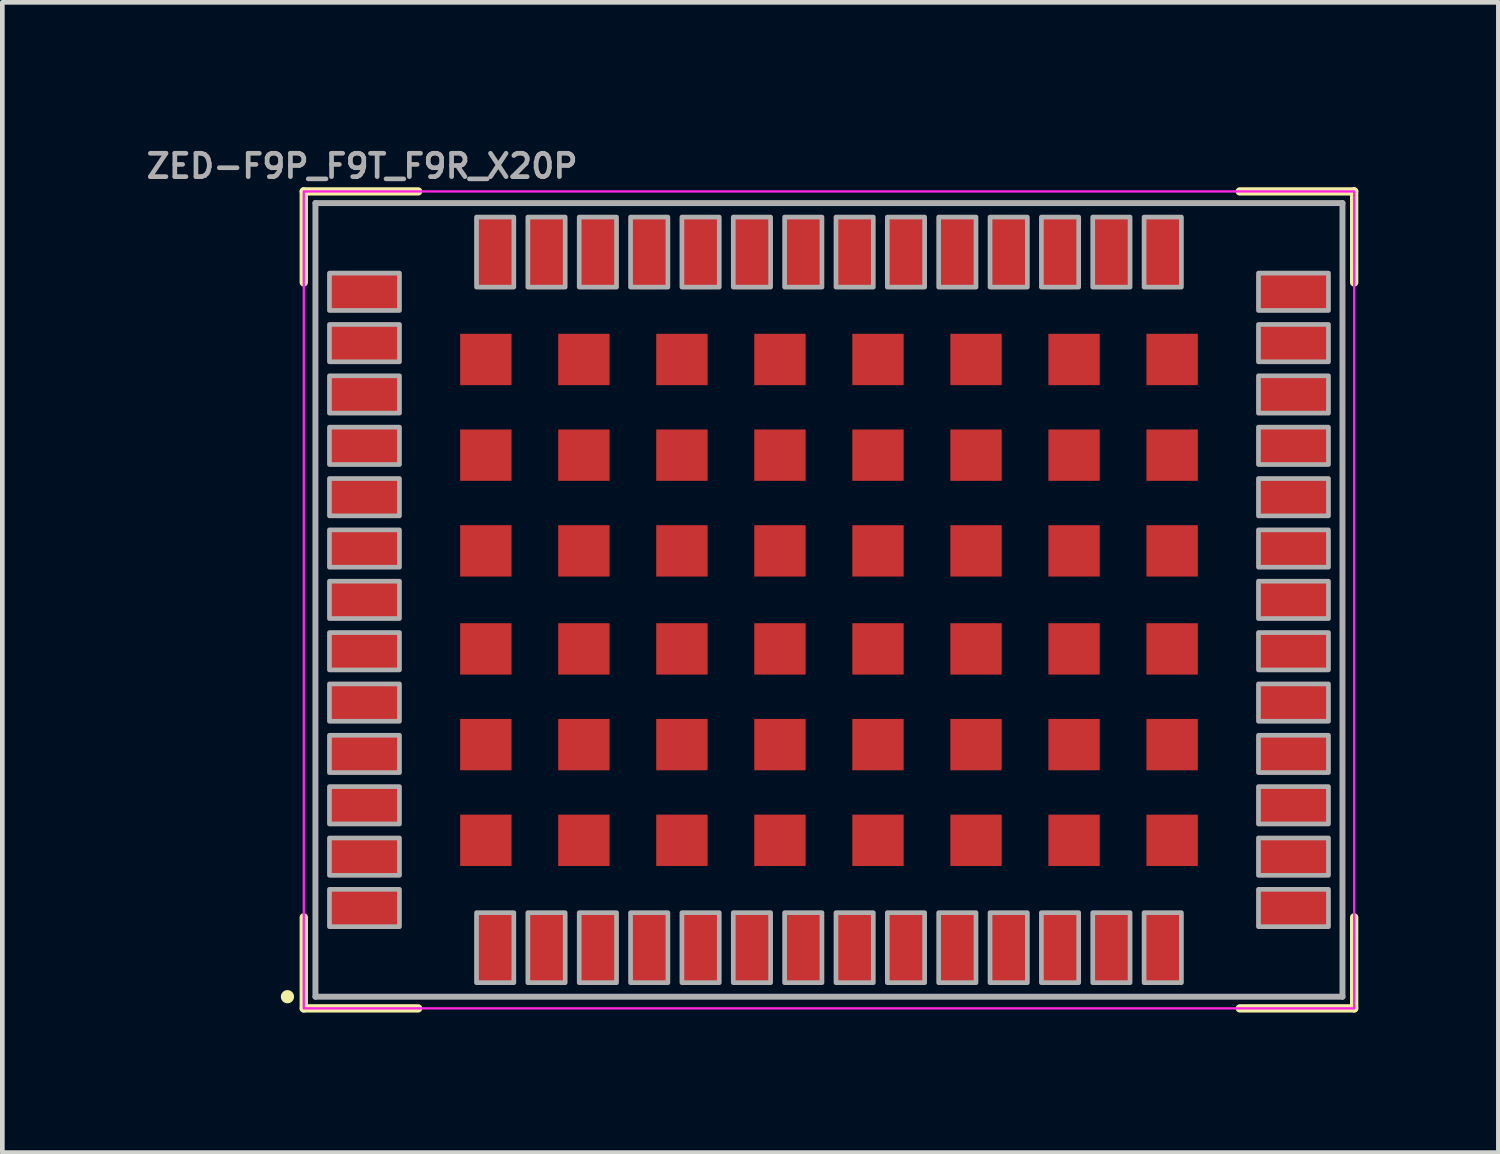
<source format=kicad_pcb>
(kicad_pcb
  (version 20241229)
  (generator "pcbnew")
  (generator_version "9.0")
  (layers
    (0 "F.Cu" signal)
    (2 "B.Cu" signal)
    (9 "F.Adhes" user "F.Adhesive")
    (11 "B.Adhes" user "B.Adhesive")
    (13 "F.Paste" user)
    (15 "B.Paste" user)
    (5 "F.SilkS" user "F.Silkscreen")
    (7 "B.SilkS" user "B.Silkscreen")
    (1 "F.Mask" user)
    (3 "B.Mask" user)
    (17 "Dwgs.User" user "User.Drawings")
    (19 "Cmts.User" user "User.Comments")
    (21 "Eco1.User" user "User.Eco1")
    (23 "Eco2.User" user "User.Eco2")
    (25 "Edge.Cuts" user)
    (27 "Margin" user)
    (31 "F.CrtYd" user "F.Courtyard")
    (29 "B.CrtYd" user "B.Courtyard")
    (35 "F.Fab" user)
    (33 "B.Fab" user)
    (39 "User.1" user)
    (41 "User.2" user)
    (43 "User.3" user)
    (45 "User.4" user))
  (footprint "ZED-F9P_F9T_F9R_X20P"
    (layer "F.Cu")
    (at 14.707 9.8)
    (property "Reference" "ZED-F9P_F9T_F9R_X20P" (at -10 -9 0) (layer "F.Fab") (effects (font (size 0.5 0.5) (thickness 0.1) (bold yes)) (justify bottom)))
    (attr smd)
    (fp_line (start -11.25 -8.75) (end -8.8 -8.75) (stroke (width 0.178) (type solid)) (layer "F.SilkS"))
    (fp_line (start -11.25 -6.8) (end -11.25 -8.75) (stroke (width 0.178) (type solid)) (layer "F.SilkS"))
    (fp_line (start -11.25 8.75) (end -11.25 6.8) (stroke (width 0.178) (type solid)) (layer "F.SilkS"))
    (fp_line (start -8.8 8.75) (end -11.25 8.75) (stroke (width 0.178) (type solid)) (layer "F.SilkS"))
    (fp_line (start 8.8 -8.75) (end 11.25 -8.75) (stroke (width 0.178) (type solid)) (layer "F.SilkS"))
    (fp_line (start 11.25 -8.75) (end 11.25 -6.8) (stroke (width 0.178) (type solid)) (layer "F.SilkS"))
    (fp_line (start 11.25 6.8) (end 11.25 8.75) (stroke (width 0.178) (type solid)) (layer "F.SilkS"))
    (fp_line (start 11.25 8.75) (end 8.8 8.75) (stroke (width 0.178) (type solid)) (layer "F.SilkS"))
    (fp_circle (center -11.6 8.5) (end -11.529 8.5) (stroke (width 0.141) (type solid)) (fill yes) (layer "F.SilkS"))
    (fp_poly (pts (xy -7.8 -4.7) (xy -6.9 -4.7) (xy -6.9 -5.6) (xy -7.8 -5.6)) (stroke (width 0) (type default)) (fill yes) (layer "F.Paste"))
    (fp_poly (pts (xy -7.8 -2.65) (xy -6.9 -2.65) (xy -6.9 -3.55) (xy -7.8 -3.55)) (stroke (width 0) (type default)) (fill yes) (layer "F.Paste"))
    (fp_poly (pts (xy -7.8 -0.6) (xy -6.9 -0.6) (xy -6.9 -1.5) (xy -7.8 -1.5)) (stroke (width 0) (type default)) (fill yes) (layer "F.Paste"))
    (fp_poly (pts (xy -7.8 1.5) (xy -6.9 1.5) (xy -6.9 0.6) (xy -7.8 0.6)) (stroke (width 0) (type default)) (fill yes) (layer "F.Paste"))
    (fp_poly (pts (xy -7.8 3.55) (xy -6.9 3.55) (xy -6.9 2.65) (xy -7.8 2.65)) (stroke (width 0) (type default)) (fill yes) (layer "F.Paste"))
    (fp_poly (pts (xy -7.8 5.6) (xy -6.9 5.6) (xy -6.9 4.7) (xy -7.8 4.7)) (stroke (width 0) (type default)) (fill yes) (layer "F.Paste"))
    (fp_poly (pts (xy -5.7 -4.7) (xy -4.8 -4.7) (xy -4.8 -5.6) (xy -5.7 -5.6)) (stroke (width 0) (type default)) (fill yes) (layer "F.Paste"))
    (fp_poly (pts (xy -5.7 -2.65) (xy -4.8 -2.65) (xy -4.8 -3.55) (xy -5.7 -3.55)) (stroke (width 0) (type default)) (fill yes) (layer "F.Paste"))
    (fp_poly (pts (xy -5.7 -0.6) (xy -4.8 -0.6) (xy -4.8 -1.5) (xy -5.7 -1.5)) (stroke (width 0) (type default)) (fill yes) (layer "F.Paste"))
    (fp_poly (pts (xy -5.7 1.5) (xy -4.8 1.5) (xy -4.8 0.6) (xy -5.7 0.6)) (stroke (width 0) (type default)) (fill yes) (layer "F.Paste"))
    (fp_poly (pts (xy -5.7 3.55) (xy -4.8 3.55) (xy -4.8 2.65) (xy -5.7 2.65)) (stroke (width 0) (type default)) (fill yes) (layer "F.Paste"))
    (fp_poly (pts (xy -5.7 5.6) (xy -4.8 5.6) (xy -4.8 4.7) (xy -5.7 4.7)) (stroke (width 0) (type default)) (fill yes) (layer "F.Paste"))
    (fp_poly (pts (xy -3.6 -4.7) (xy -2.7 -4.7) (xy -2.7 -5.6) (xy -3.6 -5.6)) (stroke (width 0) (type default)) (fill yes) (layer "F.Paste"))
    (fp_poly (pts (xy -3.6 -2.65) (xy -2.7 -2.65) (xy -2.7 -3.55) (xy -3.6 -3.55)) (stroke (width 0) (type default)) (fill yes) (layer "F.Paste"))
    (fp_poly (pts (xy -3.6 -0.6) (xy -2.7 -0.6) (xy -2.7 -1.5) (xy -3.6 -1.5)) (stroke (width 0) (type default)) (fill yes) (layer "F.Paste"))
    (fp_poly (pts (xy -3.6 1.5) (xy -2.7 1.5) (xy -2.7 0.6) (xy -3.6 0.6)) (stroke (width 0) (type default)) (fill yes) (layer "F.Paste"))
    (fp_poly (pts (xy -3.6 3.55) (xy -2.7 3.55) (xy -2.7 2.65) (xy -3.6 2.65)) (stroke (width 0) (type default)) (fill yes) (layer "F.Paste"))
    (fp_poly (pts (xy -3.6 5.6) (xy -2.7 5.6) (xy -2.7 4.7) (xy -3.6 4.7)) (stroke (width 0) (type default)) (fill yes) (layer "F.Paste"))
    (fp_poly (pts (xy -1.5 -4.7) (xy -0.6 -4.7) (xy -0.6 -5.6) (xy -1.5 -5.6)) (stroke (width 0) (type default)) (fill yes) (layer "F.Paste"))
    (fp_poly (pts (xy -1.5 -2.65) (xy -0.6 -2.65) (xy -0.6 -3.55) (xy -1.5 -3.55)) (stroke (width 0) (type default)) (fill yes) (layer "F.Paste"))
    (fp_poly (pts (xy -1.5 -0.6) (xy -0.6 -0.6) (xy -0.6 -1.5) (xy -1.5 -1.5)) (stroke (width 0) (type default)) (fill yes) (layer "F.Paste"))
    (fp_poly (pts (xy -1.5 1.5) (xy -0.6 1.5) (xy -0.6 0.6) (xy -1.5 0.6)) (stroke (width 0) (type default)) (fill yes) (layer "F.Paste"))
    (fp_poly (pts (xy -1.5 3.55) (xy -0.6 3.55) (xy -0.6 2.65) (xy -1.5 2.65)) (stroke (width 0) (type default)) (fill yes) (layer "F.Paste"))
    (fp_poly (pts (xy -1.5 5.6) (xy -0.6 5.6) (xy -0.6 4.7) (xy -1.5 4.7)) (stroke (width 0) (type default)) (fill yes) (layer "F.Paste"))
    (fp_poly (pts (xy 0.6 -4.7) (xy 1.5 -4.7) (xy 1.5 -5.6) (xy 0.6 -5.6)) (stroke (width 0) (type default)) (fill yes) (layer "F.Paste"))
    (fp_poly (pts (xy 0.6 -2.65) (xy 1.5 -2.65) (xy 1.5 -3.55) (xy 0.6 -3.55)) (stroke (width 0) (type default)) (fill yes) (layer "F.Paste"))
    (fp_poly (pts (xy 0.6 -0.6) (xy 1.5 -0.6) (xy 1.5 -1.5) (xy 0.6 -1.5)) (stroke (width 0) (type default)) (fill yes) (layer "F.Paste"))
    (fp_poly (pts (xy 0.6 1.5) (xy 1.5 1.5) (xy 1.5 0.6) (xy 0.6 0.6)) (stroke (width 0) (type default)) (fill yes) (layer "F.Paste"))
    (fp_poly (pts (xy 0.6 3.55) (xy 1.5 3.55) (xy 1.5 2.65) (xy 0.6 2.65)) (stroke (width 0) (type default)) (fill yes) (layer "F.Paste"))
    (fp_poly (pts (xy 0.6 5.6) (xy 1.5 5.6) (xy 1.5 4.7) (xy 0.6 4.7)) (stroke (width 0) (type default)) (fill yes) (layer "F.Paste"))
    (fp_poly (pts (xy 2.7 -4.7) (xy 3.6 -4.7) (xy 3.6 -5.6) (xy 2.7 -5.6)) (stroke (width 0) (type default)) (fill yes) (layer "F.Paste"))
    (fp_poly (pts (xy 2.7 -2.65) (xy 3.6 -2.65) (xy 3.6 -3.55) (xy 2.7 -3.55)) (stroke (width 0) (type default)) (fill yes) (layer "F.Paste"))
    (fp_poly (pts (xy 2.7 -0.6) (xy 3.6 -0.6) (xy 3.6 -1.5) (xy 2.7 -1.5)) (stroke (width 0) (type default)) (fill yes) (layer "F.Paste"))
    (fp_poly (pts (xy 2.7 1.5) (xy 3.6 1.5) (xy 3.6 0.6) (xy 2.7 0.6)) (stroke (width 0) (type default)) (fill yes) (layer "F.Paste"))
    (fp_poly (pts (xy 2.7 3.55) (xy 3.6 3.55) (xy 3.6 2.65) (xy 2.7 2.65)) (stroke (width 0) (type default)) (fill yes) (layer "F.Paste"))
    (fp_poly (pts (xy 2.7 5.6) (xy 3.6 5.6) (xy 3.6 4.7) (xy 2.7 4.7)) (stroke (width 0) (type default)) (fill yes) (layer "F.Paste"))
    (fp_poly (pts (xy 4.8 -4.7) (xy 5.7 -4.7) (xy 5.7 -5.6) (xy 4.8 -5.6)) (stroke (width 0) (type default)) (fill yes) (layer "F.Paste"))
    (fp_poly (pts (xy 4.8 -2.65) (xy 5.7 -2.65) (xy 5.7 -3.55) (xy 4.8 -3.55)) (stroke (width 0) (type default)) (fill yes) (layer "F.Paste"))
    (fp_poly (pts (xy 4.8 -0.6) (xy 5.7 -0.6) (xy 5.7 -1.5) (xy 4.8 -1.5)) (stroke (width 0) (type default)) (fill yes) (layer "F.Paste"))
    (fp_poly (pts (xy 4.8 1.5) (xy 5.7 1.5) (xy 5.7 0.6) (xy 4.8 0.6)) (stroke (width 0) (type default)) (fill yes) (layer "F.Paste"))
    (fp_poly (pts (xy 4.8 3.55) (xy 5.7 3.55) (xy 5.7 2.65) (xy 4.8 2.65)) (stroke (width 0) (type default)) (fill yes) (layer "F.Paste"))
    (fp_poly (pts (xy 4.8 5.6) (xy 5.7 5.6) (xy 5.7 4.7) (xy 4.8 4.7)) (stroke (width 0) (type default)) (fill yes) (layer "F.Paste"))
    (fp_poly (pts (xy 6.9 -4.7) (xy 7.8 -4.7) (xy 7.8 -5.6) (xy 6.9 -5.6)) (stroke (width 0) (type default)) (fill yes) (layer "F.Paste"))
    (fp_poly (pts (xy 6.9 -2.65) (xy 7.8 -2.65) (xy 7.8 -3.55) (xy 6.9 -3.55)) (stroke (width 0) (type default)) (fill yes) (layer "F.Paste"))
    (fp_poly (pts (xy 6.9 -0.6) (xy 7.8 -0.6) (xy 7.8 -1.5) (xy 6.9 -1.5)) (stroke (width 0) (type default)) (fill yes) (layer "F.Paste"))
    (fp_poly (pts (xy 6.9 1.5) (xy 7.8 1.5) (xy 7.8 0.6) (xy 6.9 0.6)) (stroke (width 0) (type default)) (fill yes) (layer "F.Paste"))
    (fp_poly (pts (xy 6.9 3.55) (xy 7.8 3.55) (xy 7.8 2.65) (xy 6.9 2.65)) (stroke (width 0) (type default)) (fill yes) (layer "F.Paste"))
    (fp_poly (pts (xy 6.9 5.6) (xy 7.8 5.6) (xy 7.8 4.7) (xy 6.9 4.7)) (stroke (width 0) (type default)) (fill yes) (layer "F.Paste"))
    (fp_rect (start -11.25 -8.75) (end 11.25 8.75) (stroke (width 0.05) (type default)) (fill no) (layer "F.CrtYd"))
    (fp_line (start -11 -8.5) (end 11 -8.5) (stroke (width 0.127) (type solid)) (layer "F.Fab"))
    (fp_line (start -11 8.5) (end -11 -8.5) (stroke (width 0.127) (type solid)) (layer "F.Fab"))
    (fp_line (start 11 -8.5) (end 11 8.5) (stroke (width 0.127) (type solid)) (layer "F.Fab"))
    (fp_line (start 11 8.5) (end -11 8.5) (stroke (width 0.127) (type solid)) (layer "F.Fab"))
    (fp_poly (pts (xy -10.7 -6.2) (xy -9.2 -6.2) (xy -9.2 -7) (xy -10.7 -7)) (stroke (width 0.1) (type default)) (fill no) (layer "F.Fab"))
    (fp_poly (pts (xy -10.7 -5.1) (xy -9.2 -5.1) (xy -9.2 -5.9) (xy -10.7 -5.9)) (stroke (width 0.1) (type default)) (fill no) (layer "F.Fab"))
    (fp_poly (pts (xy -10.7 -4) (xy -9.2 -4) (xy -9.2 -4.8) (xy -10.7 -4.8)) (stroke (width 0.1) (type default)) (fill no) (layer "F.Fab"))
    (fp_poly (pts (xy -10.7 -2.9) (xy -9.2 -2.9) (xy -9.2 -3.7) (xy -10.7 -3.7)) (stroke (width 0.1) (type default)) (fill no) (layer "F.Fab"))
    (fp_poly (pts (xy -10.7 -1.8) (xy -9.2 -1.8) (xy -9.2 -2.6) (xy -10.7 -2.6)) (stroke (width 0.1) (type default)) (fill no) (layer "F.Fab"))
    (fp_poly (pts (xy -10.7 -0.7) (xy -9.2 -0.7) (xy -9.2 -1.5) (xy -10.7 -1.5)) (stroke (width 0.1) (type default)) (fill no) (layer "F.Fab"))
    (fp_poly (pts (xy -10.7 0.4) (xy -9.2 0.4) (xy -9.2 -0.4) (xy -10.7 -0.4)) (stroke (width 0.1) (type default)) (fill no) (layer "F.Fab"))
    (fp_poly (pts (xy -10.7 1.5) (xy -9.2 1.5) (xy -9.2 0.7) (xy -10.7 0.7)) (stroke (width 0.1) (type default)) (fill no) (layer "F.Fab"))
    (fp_poly (pts (xy -10.7 2.6) (xy -9.2 2.6) (xy -9.2 1.8) (xy -10.7 1.8)) (stroke (width 0.1) (type default)) (fill no) (layer "F.Fab"))
    (fp_poly (pts (xy -10.7 3.7) (xy -9.2 3.7) (xy -9.2 2.9) (xy -10.7 2.9)) (stroke (width 0.1) (type default)) (fill no) (layer "F.Fab"))
    (fp_poly (pts (xy -10.7 4.8) (xy -9.2 4.8) (xy -9.2 4) (xy -10.7 4)) (stroke (width 0.1) (type default)) (fill no) (layer "F.Fab"))
    (fp_poly (pts (xy -10.7 5.9) (xy -9.2 5.9) (xy -9.2 5.1) (xy -10.7 5.1)) (stroke (width 0.1) (type default)) (fill no) (layer "F.Fab"))
    (fp_poly (pts (xy -10.7 7) (xy -9.2 7) (xy -9.2 6.2) (xy -10.7 6.2)) (stroke (width 0.1) (type default)) (fill no) (layer "F.Fab"))
    (fp_poly (pts (xy -7.55 -6.7) (xy -6.75 -6.7) (xy -6.75 -8.2) (xy -7.55 -8.2)) (stroke (width 0.1) (type default)) (fill no) (layer "F.Fab"))
    (fp_poly (pts (xy -7.55 8.2) (xy -6.75 8.2) (xy -6.75 6.7) (xy -7.55 6.7)) (stroke (width 0.1) (type default)) (fill no) (layer "F.Fab"))
    (fp_poly (pts (xy -6.45 -6.7) (xy -5.65 -6.7) (xy -5.65 -8.2) (xy -6.45 -8.2)) (stroke (width 0.1) (type default)) (fill no) (layer "F.Fab"))
    (fp_poly (pts (xy -6.45 8.2) (xy -5.65 8.2) (xy -5.65 6.7) (xy -6.45 6.7)) (stroke (width 0.1) (type default)) (fill no) (layer "F.Fab"))
    (fp_poly (pts (xy -5.35 -6.7) (xy -4.55 -6.7) (xy -4.55 -8.2) (xy -5.35 -8.2)) (stroke (width 0.1) (type default)) (fill no) (layer "F.Fab"))
    (fp_poly (pts (xy -5.35 8.2) (xy -4.55 8.2) (xy -4.55 6.7) (xy -5.35 6.7)) (stroke (width 0.1) (type default)) (fill no) (layer "F.Fab"))
    (fp_poly (pts (xy -4.25 -6.7) (xy -3.45 -6.7) (xy -3.45 -8.2) (xy -4.25 -8.2)) (stroke (width 0.1) (type default)) (fill no) (layer "F.Fab"))
    (fp_poly (pts (xy -4.25 8.2) (xy -3.45 8.2) (xy -3.45 6.7) (xy -4.25 6.7)) (stroke (width 0.1) (type default)) (fill no) (layer "F.Fab"))
    (fp_poly (pts (xy -3.15 -6.7) (xy -2.35 -6.7) (xy -2.35 -8.2) (xy -3.15 -8.2)) (stroke (width 0.1) (type default)) (fill no) (layer "F.Fab"))
    (fp_poly (pts (xy -3.15 8.2) (xy -2.35 8.2) (xy -2.35 6.7) (xy -3.15 6.7)) (stroke (width 0.1) (type default)) (fill no) (layer "F.Fab"))
    (fp_poly (pts (xy -2.05 -6.7) (xy -1.25 -6.7) (xy -1.25 -8.2) (xy -2.05 -8.2)) (stroke (width 0.1) (type default)) (fill no) (layer "F.Fab"))
    (fp_poly (pts (xy -2.05 8.2) (xy -1.25 8.2) (xy -1.25 6.7) (xy -2.05 6.7)) (stroke (width 0.1) (type default)) (fill no) (layer "F.Fab"))
    (fp_poly (pts (xy -0.95 -6.7) (xy -0.15 -6.7) (xy -0.15 -8.2) (xy -0.95 -8.2)) (stroke (width 0.1) (type default)) (fill no) (layer "F.Fab"))
    (fp_poly (pts (xy -0.95 8.2) (xy -0.15 8.2) (xy -0.15 6.7) (xy -0.95 6.7)) (stroke (width 0.1) (type default)) (fill no) (layer "F.Fab"))
    (fp_poly (pts (xy 0.15 -6.7) (xy 0.95 -6.7) (xy 0.95 -8.2) (xy 0.15 -8.2)) (stroke (width 0.1) (type default)) (fill no) (layer "F.Fab"))
    (fp_poly (pts (xy 0.15 8.2) (xy 0.95 8.2) (xy 0.95 6.7) (xy 0.15 6.7)) (stroke (width 0.1) (type default)) (fill no) (layer "F.Fab"))
    (fp_poly (pts (xy 1.25 -6.7) (xy 2.05 -6.7) (xy 2.05 -8.2) (xy 1.25 -8.2)) (stroke (width 0.1) (type default)) (fill no) (layer "F.Fab"))
    (fp_poly (pts (xy 1.25 8.2) (xy 2.05 8.2) (xy 2.05 6.7) (xy 1.25 6.7)) (stroke (width 0.1) (type default)) (fill no) (layer "F.Fab"))
    (fp_poly (pts (xy 2.35 -6.7) (xy 3.15 -6.7) (xy 3.15 -8.2) (xy 2.35 -8.2)) (stroke (width 0.1) (type default)) (fill no) (layer "F.Fab"))
    (fp_poly (pts (xy 2.35 8.2) (xy 3.15 8.2) (xy 3.15 6.7) (xy 2.35 6.7)) (stroke (width 0.1) (type default)) (fill no) (layer "F.Fab"))
    (fp_poly (pts (xy 3.45 -6.7) (xy 4.25 -6.7) (xy 4.25 -8.2) (xy 3.45 -8.2)) (stroke (width 0.1) (type default)) (fill no) (layer "F.Fab"))
    (fp_poly (pts (xy 3.45 8.2) (xy 4.25 8.2) (xy 4.25 6.7) (xy 3.45 6.7)) (stroke (width 0.1) (type default)) (fill no) (layer "F.Fab"))
    (fp_poly (pts (xy 4.55 -6.7) (xy 5.35 -6.7) (xy 5.35 -8.2) (xy 4.55 -8.2)) (stroke (width 0.1) (type default)) (fill no) (layer "F.Fab"))
    (fp_poly (pts (xy 4.55 8.2) (xy 5.35 8.2) (xy 5.35 6.7) (xy 4.55 6.7)) (stroke (width 0.1) (type default)) (fill no) (layer "F.Fab"))
    (fp_poly (pts (xy 5.65 -6.7) (xy 6.45 -6.7) (xy 6.45 -8.2) (xy 5.65 -8.2)) (stroke (width 0.1) (type default)) (fill no) (layer "F.Fab"))
    (fp_poly (pts (xy 5.65 8.2) (xy 6.45 8.2) (xy 6.45 6.7) (xy 5.65 6.7)) (stroke (width 0.1) (type default)) (fill no) (layer "F.Fab"))
    (fp_poly (pts (xy 6.75 -6.7) (xy 7.55 -6.7) (xy 7.55 -8.2) (xy 6.75 -8.2)) (stroke (width 0.1) (type default)) (fill no) (layer "F.Fab"))
    (fp_poly (pts (xy 6.75 8.2) (xy 7.55 8.2) (xy 7.55 6.7) (xy 6.75 6.7)) (stroke (width 0.1) (type default)) (fill no) (layer "F.Fab"))
    (fp_poly (pts (xy 9.2 -6.2) (xy 10.7 -6.2) (xy 10.7 -7) (xy 9.2 -7)) (stroke (width 0.1) (type default)) (fill no) (layer "F.Fab"))
    (fp_poly (pts (xy 9.2 -5.1) (xy 10.7 -5.1) (xy 10.7 -5.9) (xy 9.2 -5.9)) (stroke (width 0.1) (type default)) (fill no) (layer "F.Fab"))
    (fp_poly (pts (xy 9.2 -4) (xy 10.7 -4) (xy 10.7 -4.8) (xy 9.2 -4.8)) (stroke (width 0.1) (type default)) (fill no) (layer "F.Fab"))
    (fp_poly (pts (xy 9.2 -2.9) (xy 10.7 -2.9) (xy 10.7 -3.7) (xy 9.2 -3.7)) (stroke (width 0.1) (type default)) (fill no) (layer "F.Fab"))
    (fp_poly (pts (xy 9.2 -1.8) (xy 10.7 -1.8) (xy 10.7 -2.6) (xy 9.2 -2.6)) (stroke (width 0.1) (type default)) (fill no) (layer "F.Fab"))
    (fp_poly (pts (xy 9.2 -0.7) (xy 10.7 -0.7) (xy 10.7 -1.5) (xy 9.2 -1.5)) (stroke (width 0.1) (type default)) (fill no) (layer "F.Fab"))
    (fp_poly (pts (xy 9.2 0.4) (xy 10.7 0.4) (xy 10.7 -0.4) (xy 9.2 -0.4)) (stroke (width 0.1) (type default)) (fill no) (layer "F.Fab"))
    (fp_poly (pts (xy 9.2 1.5) (xy 10.7 1.5) (xy 10.7 0.7) (xy 9.2 0.7)) (stroke (width 0.1) (type default)) (fill no) (layer "F.Fab"))
    (fp_poly (pts (xy 9.2 2.6) (xy 10.7 2.6) (xy 10.7 1.8) (xy 9.2 1.8)) (stroke (width 0.1) (type default)) (fill no) (layer "F.Fab"))
    (fp_poly (pts (xy 9.2 3.7) (xy 10.7 3.7) (xy 10.7 2.9) (xy 9.2 2.9)) (stroke (width 0.1) (type default)) (fill no) (layer "F.Fab"))
    (fp_poly (pts (xy 9.2 4.8) (xy 10.7 4.8) (xy 10.7 4) (xy 9.2 4)) (stroke (width 0.1) (type default)) (fill no) (layer "F.Fab"))
    (fp_poly (pts (xy 9.2 5.9) (xy 10.7 5.9) (xy 10.7 5.1) (xy 9.2 5.1)) (stroke (width 0.1) (type default)) (fill no) (layer "F.Fab"))
    (fp_poly (pts (xy 9.2 7) (xy 10.7 7) (xy 10.7 6.2) (xy 9.2 6.2)) (stroke (width 0.1) (type default)) (fill no) (layer "F.Fab"))
    (pad "1" smd rect (at -7.15 7.45 90) (size 1.52 0.85) (layers "F.Cu" "F.Mask" "F.Paste"))
    (pad "2" smd rect (at -6.05 7.45 90) (size 1.52 0.85) (layers "F.Cu" "F.Mask" "F.Paste"))
    (pad "3" smd rect (at -4.95 7.45 90) (size 1.52 0.85) (layers "F.Cu" "F.Mask" "F.Paste"))
    (pad "4" smd rect (at -3.85 7.45 90) (size 1.52 0.85) (layers "F.Cu" "F.Mask" "F.Paste"))
    (pad "5" smd rect (at -2.75 7.45 90) (size 1.52 0.85) (layers "F.Cu" "F.Mask" "F.Paste"))
    (pad "6" smd rect (at -1.65 7.45 90) (size 1.52 0.85) (layers "F.Cu" "F.Mask" "F.Paste"))
    (pad "7" smd rect (at -0.55 7.45 90) (size 1.52 0.85) (layers "F.Cu" "F.Mask" "F.Paste"))
    (pad "8" smd rect (at 0.55 7.45 90) (size 1.52 0.85) (layers "F.Cu" "F.Mask" "F.Paste"))
    (pad "9" smd rect (at 1.65 7.45 90) (size 1.52 0.85) (layers "F.Cu" "F.Mask" "F.Paste"))
    (pad "10" smd rect (at 2.75 7.45 90) (size 1.52 0.85) (layers "F.Cu" "F.Mask" "F.Paste"))
    (pad "11" smd rect (at 3.85 7.45 90) (size 1.52 0.85) (layers "F.Cu" "F.Mask" "F.Paste"))
    (pad "12" smd rect (at 4.95 7.45 90) (size 1.52 0.85) (layers "F.Cu" "F.Mask" "F.Paste"))
    (pad "13" smd rect (at 6.05 7.45 90) (size 1.52 0.85) (layers "F.Cu" "F.Mask" "F.Paste"))
    (pad "14" smd rect (at 7.15 7.45 90) (size 1.52 0.85) (layers "F.Cu" "F.Mask" "F.Paste"))
    (pad "15" smd rect (at 9.95 6.6) (size 1.52 0.85) (layers "F.Cu" "F.Mask" "F.Paste"))
    (pad "16" smd rect (at 9.95 5.5) (size 1.52 0.85) (layers "F.Cu" "F.Mask" "F.Paste"))
    (pad "17" smd rect (at 9.95 4.4) (size 1.52 0.85) (layers "F.Cu" "F.Mask" "F.Paste"))
    (pad "18" smd rect (at 9.95 3.3) (size 1.52 0.85) (layers "F.Cu" "F.Mask" "F.Paste"))
    (pad "19" smd rect (at 9.95 2.2) (size 1.52 0.85) (layers "F.Cu" "F.Mask" "F.Paste"))
    (pad "20" smd rect (at 9.95 1.1) (size 1.52 0.85) (layers "F.Cu" "F.Mask" "F.Paste"))
    (pad "21" smd rect (at 9.95 0) (size 1.52 0.85) (layers "F.Cu" "F.Mask" "F.Paste"))
    (pad "22" smd rect (at 9.95 -1.1) (size 1.52 0.85) (layers "F.Cu" "F.Mask" "F.Paste"))
    (pad "23" smd rect (at 9.95 -2.2) (size 1.52 0.85) (layers "F.Cu" "F.Mask" "F.Paste"))
    (pad "24" smd rect (at 9.95 -3.3) (size 1.52 0.85) (layers "F.Cu" "F.Mask" "F.Paste"))
    (pad "25" smd rect (at 9.95 -4.4) (size 1.52 0.85) (layers "F.Cu" "F.Mask" "F.Paste"))
    (pad "26" smd rect (at 9.95 -5.5) (size 1.52 0.85) (layers "F.Cu" "F.Mask" "F.Paste"))
    (pad "27" smd rect (at 9.95 -6.6) (size 1.52 0.85) (layers "F.Cu" "F.Mask" "F.Paste"))
    (pad "28" smd rect (at 7.15 -7.45 270) (size 1.52 0.85) (layers "F.Cu" "F.Mask" "F.Paste"))
    (pad "29" smd rect (at 6.05 -7.45 270) (size 1.52 0.85) (layers "F.Cu" "F.Mask" "F.Paste"))
    (pad "30" smd rect (at 4.95 -7.45 270) (size 1.52 0.85) (layers "F.Cu" "F.Mask" "F.Paste"))
    (pad "31" smd rect (at 3.85 -7.45 270) (size 1.52 0.85) (layers "F.Cu" "F.Mask" "F.Paste"))
    (pad "32" smd rect (at 2.75 -7.45 270) (size 1.52 0.85) (layers "F.Cu" "F.Mask" "F.Paste"))
    (pad "33" smd rect (at 1.65 -7.45 270) (size 1.52 0.85) (layers "F.Cu" "F.Mask" "F.Paste"))
    (pad "34" smd rect (at 0.55 -7.45 270) (size 1.52 0.85) (layers "F.Cu" "F.Mask" "F.Paste"))
    (pad "35" smd rect (at -0.55 -7.45 270) (size 1.52 0.85) (layers "F.Cu" "F.Mask" "F.Paste"))
    (pad "36" smd rect (at -1.65 -7.45 270) (size 1.52 0.85) (layers "F.Cu" "F.Mask" "F.Paste"))
    (pad "37" smd rect (at -2.75 -7.45 270) (size 1.52 0.85) (layers "F.Cu" "F.Mask" "F.Paste"))
    (pad "38" smd rect (at -3.85 -7.45 270) (size 1.52 0.85) (layers "F.Cu" "F.Mask" "F.Paste"))
    (pad "39" smd rect (at -4.95 -7.45 270) (size 1.52 0.85) (layers "F.Cu" "F.Mask" "F.Paste"))
    (pad "40" smd rect (at -6.05 -7.45 270) (size 1.52 0.85) (layers "F.Cu" "F.Mask" "F.Paste"))
    (pad "41" smd rect (at -7.15 -7.45 270) (size 1.52 0.85) (layers "F.Cu" "F.Mask" "F.Paste"))
    (pad "42" smd rect (at -9.95 -6.6 180) (size 1.52 0.85) (layers "F.Cu" "F.Mask" "F.Paste"))
    (pad "43" smd rect (at -9.95 -5.5 180) (size 1.52 0.85) (layers "F.Cu" "F.Mask" "F.Paste"))
    (pad "44" smd rect (at -9.95 -4.4 180) (size 1.52 0.85) (layers "F.Cu" "F.Mask" "F.Paste"))
    (pad "45" smd rect (at -9.95 -3.3 180) (size 1.52 0.85) (layers "F.Cu" "F.Mask" "F.Paste"))
    (pad "46" smd rect (at -9.95 -2.2 180) (size 1.52 0.85) (layers "F.Cu" "F.Mask" "F.Paste"))
    (pad "47" smd rect (at -9.95 -1.1 180) (size 1.52 0.85) (layers "F.Cu" "F.Mask" "F.Paste"))
    (pad "48" smd rect (at -9.95 0 180) (size 1.52 0.85) (layers "F.Cu" "F.Mask" "F.Paste"))
    (pad "49" smd rect (at -9.95 1.1 180) (size 1.52 0.85) (layers "F.Cu" "F.Mask" "F.Paste"))
    (pad "50" smd rect (at -9.95 2.2 180) (size 1.52 0.85) (layers "F.Cu" "F.Mask" "F.Paste"))
    (pad "51" smd rect (at -9.95 3.3 180) (size 1.52 0.85) (layers "F.Cu" "F.Mask" "F.Paste"))
    (pad "52" smd rect (at -9.95 4.4 180) (size 1.52 0.85) (layers "F.Cu" "F.Mask" "F.Paste"))
    (pad "53" smd rect (at -9.95 5.5 180) (size 1.52 0.85) (layers "F.Cu" "F.Mask" "F.Paste"))
    (pad "54" smd rect (at -9.95 6.6 180) (size 1.52 0.85) (layers "F.Cu" "F.Mask" "F.Paste"))
    (pad "55" smd rect (at -1.05 1.05) (size 1.1 1.1) (layers "F.Cu" "F.Mask"))
    (pad "56" smd rect (at -3.15 1.05) (size 1.1 1.1) (layers "F.Cu" "F.Mask"))
    (pad "57" smd rect (at -5.25 1.05) (size 1.1 1.1) (layers "F.Cu" "F.Mask"))
    (pad "58" smd rect (at -7.35 1.05) (size 1.1 1.1) (layers "F.Cu" "F.Mask"))
    (pad "59" smd rect (at -1.05 3.1) (size 1.1 1.1) (layers "F.Cu" "F.Mask"))
    (pad "60" smd rect (at -3.15 3.1) (size 1.1 1.1) (layers "F.Cu" "F.Mask"))
    (pad "61" smd rect (at -5.25 3.1) (size 1.1 1.1) (layers "F.Cu" "F.Mask"))
    (pad "62" smd rect (at -7.35 3.1) (size 1.1 1.1) (layers "F.Cu" "F.Mask"))
    (pad "63" smd rect (at -1.05 5.15) (size 1.1 1.1) (layers "F.Cu" "F.Mask"))
    (pad "64" smd rect (at -3.15 5.15) (size 1.1 1.1) (layers "F.Cu" "F.Mask"))
    (pad "65" smd rect (at -5.25 5.15) (size 1.1 1.1) (layers "F.Cu" "F.Mask"))
    (pad "66" smd rect (at -7.35 5.15) (size 1.1 1.1) (layers "F.Cu" "F.Mask"))
    (pad "67" smd rect (at -1.05 -5.15) (size 1.1 1.1) (layers "F.Cu" "F.Mask"))
    (pad "68" smd rect (at -3.15 -5.15) (size 1.1 1.1) (layers "F.Cu" "F.Mask"))
    (pad "69" smd rect (at -5.25 -5.15) (size 1.1 1.1) (layers "F.Cu" "F.Mask"))
    (pad "70" smd rect (at -7.35 -5.15) (size 1.1 1.1) (layers "F.Cu" "F.Mask"))
    (pad "71" smd rect (at -1.05 -3.1) (size 1.1 1.1) (layers "F.Cu" "F.Mask"))
    (pad "72" smd rect (at -3.15 -3.1) (size 1.1 1.1) (layers "F.Cu" "F.Mask"))
    (pad "73" smd rect (at -5.25 -3.1) (size 1.1 1.1) (layers "F.Cu" "F.Mask"))
    (pad "74" smd rect (at -7.35 -3.1) (size 1.1 1.1) (layers "F.Cu" "F.Mask"))
    (pad "75" smd rect (at -1.05 -1.05) (size 1.1 1.1) (layers "F.Cu" "F.Mask"))
    (pad "76" smd rect (at -3.15 -1.05) (size 1.1 1.1) (layers "F.Cu" "F.Mask"))
    (pad "77" smd rect (at -5.25 -1.05) (size 1.1 1.1) (layers "F.Cu" "F.Mask"))
    (pad "78" smd rect (at -7.35 -1.05) (size 1.1 1.1) (layers "F.Cu" "F.Mask"))
    (pad "79" smd rect (at 1.05 -1.05 180) (size 1.1 1.1) (layers "F.Cu" "F.Mask"))
    (pad "80" smd rect (at 3.15 -1.05 180) (size 1.1 1.1) (layers "F.Cu" "F.Mask"))
    (pad "81" smd rect (at 5.25 -1.05 180) (size 1.1 1.1) (layers "F.Cu" "F.Mask"))
    (pad "82" smd rect (at 7.35 -1.05 180) (size 1.1 1.1) (layers "F.Cu" "F.Mask"))
    (pad "83" smd rect (at 1.05 -3.1 180) (size 1.1 1.1) (layers "F.Cu" "F.Mask"))
    (pad "84" smd rect (at 3.15 -3.1 180) (size 1.1 1.1) (layers "F.Cu" "F.Mask"))
    (pad "85" smd rect (at 5.25 -3.1 180) (size 1.1 1.1) (layers "F.Cu" "F.Mask"))
    (pad "86" smd rect (at 7.35 -3.1 180) (size 1.1 1.1) (layers "F.Cu" "F.Mask"))
    (pad "87" smd rect (at 1.05 -5.15 180) (size 1.1 1.1) (layers "F.Cu" "F.Mask"))
    (pad "88" smd rect (at 3.15 -5.15 180) (size 1.1 1.1) (layers "F.Cu" "F.Mask"))
    (pad "89" smd rect (at 5.25 -5.15 180) (size 1.1 1.1) (layers "F.Cu" "F.Mask"))
    (pad "90" smd rect (at 7.35 -5.15 180) (size 1.1 1.1) (layers "F.Cu" "F.Mask"))
    (pad "91" smd rect (at 1.05 5.15 180) (size 1.1 1.1) (layers "F.Cu" "F.Mask"))
    (pad "92" smd rect (at 3.15 5.15 180) (size 1.1 1.1) (layers "F.Cu" "F.Mask"))
    (pad "93" smd rect (at 5.25 5.15 180) (size 1.1 1.1) (layers "F.Cu" "F.Mask"))
    (pad "94" smd rect (at 7.35 5.15 180) (size 1.1 1.1) (layers "F.Cu" "F.Mask"))
    (pad "95" smd rect (at 1.05 3.1 180) (size 1.1 1.1) (layers "F.Cu" "F.Mask"))
    (pad "96" smd rect (at 3.15 3.1 180) (size 1.1 1.1) (layers "F.Cu" "F.Mask"))
    (pad "97" smd rect (at 5.25 3.1 180) (size 1.1 1.1) (layers "F.Cu" "F.Mask"))
    (pad "98" smd rect (at 7.35 3.1 180) (size 1.1 1.1) (layers "F.Cu" "F.Mask"))
    (pad "99" smd rect (at 1.05 1.05 180) (size 1.1 1.1) (layers "F.Cu" "F.Mask"))
    (pad "100" smd rect (at 3.15 1.05 180) (size 1.1 1.1) (layers "F.Cu" "F.Mask"))
    (pad "101" smd rect (at 5.25 1.05 180) (size 1.1 1.1) (layers "F.Cu" "F.Mask"))
    (pad "102" smd rect (at 7.35 1.05 180) (size 1.1 1.1) (layers "F.Cu" "F.Mask")))
  (gr_rect
    (start -3 -3)
    (end 29.046 21.639)
    (stroke (width 0.1) (type default))
    (fill no)
    (layer "Edge.Cuts")))
</source>
